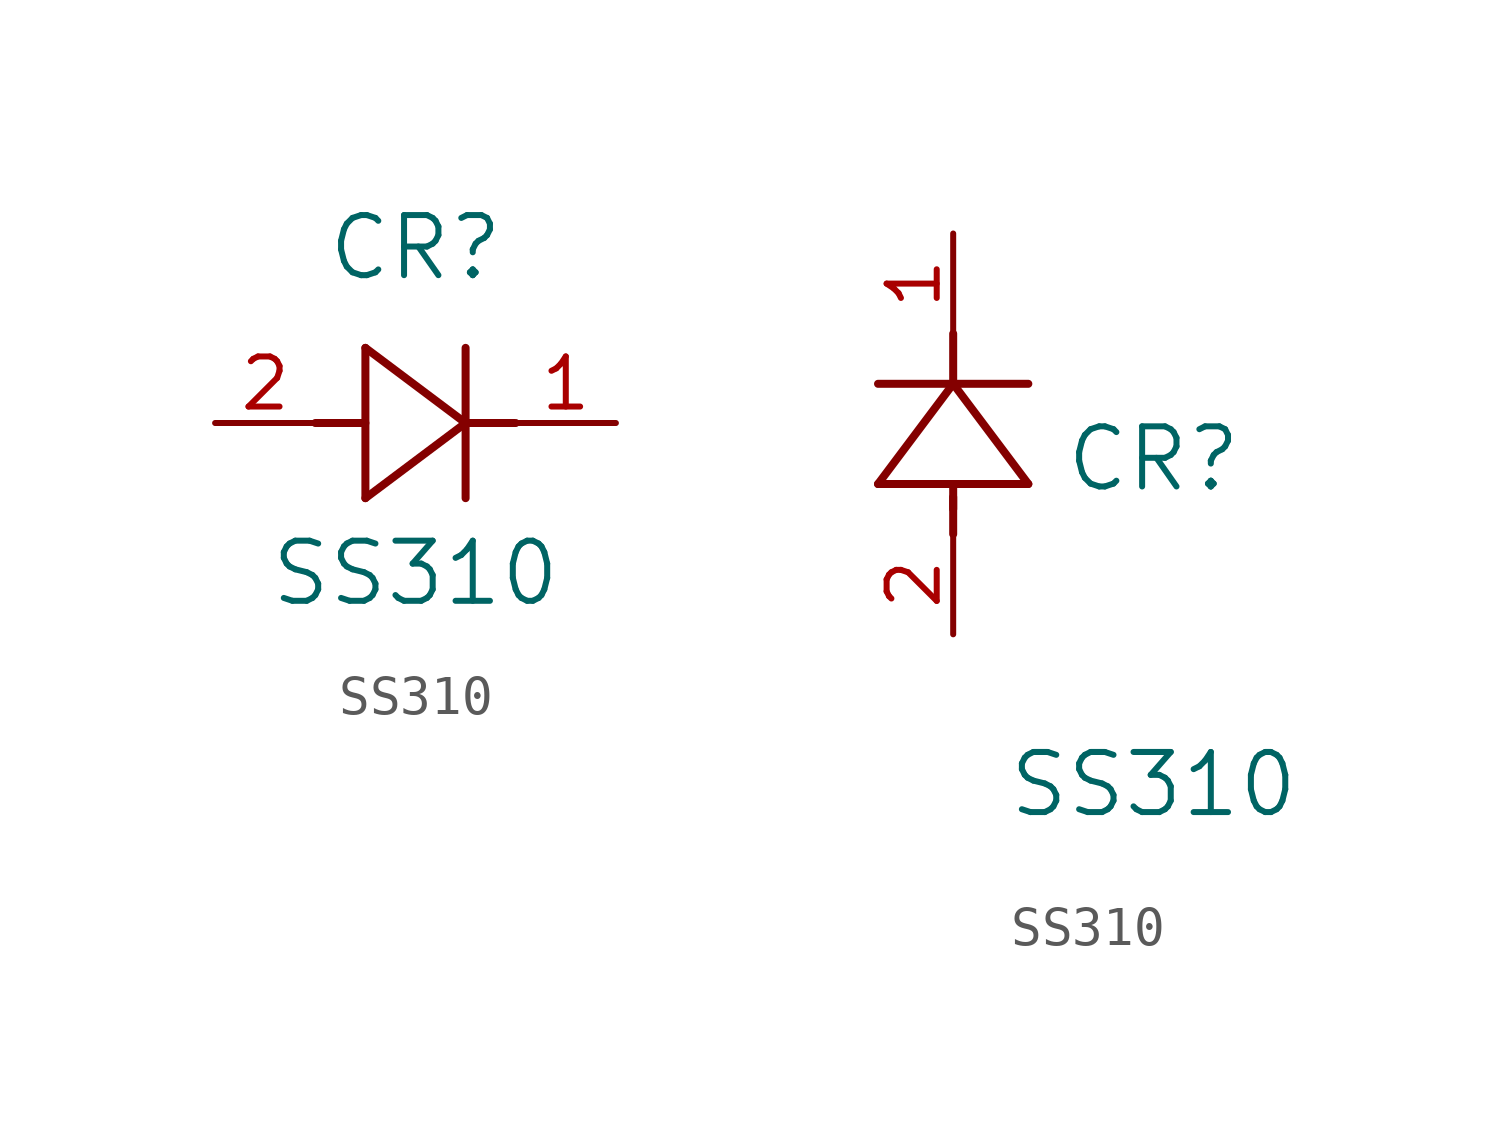
<source format=kicad_sym>
(kicad_symbol_lib
  (version 20211014)
  (generator kicad_symbol_editor)
  (symbol "SS310"
    (pin_names
      (offset 0.254))
    (property "Reference" "CR"
      (at 5.08 4.445 0)
      (effects (font (size 1.524 1.524))))
    (property "Value" "SS310"
      (at 5.08 -3.81 0)
      (effects (font (size 1.524 1.524))))
    (symbol "SS310_1_1"
      (polyline (pts (xy 2.54 0) (xy 3.48 0)) (stroke (width 0.203) (type default) (color 0 0 0 0)) (fill (type none)))
      (polyline (pts (xy 3.81 1.905) (xy 3.81 -1.905)) (stroke (width 0.203) (type default) (color 0 0 0 0)) (fill (type none)))
      (polyline (pts (xy 3.175 0) (xy 3.81 0)) (stroke (width 0.203) (type default) (color 0 0 0 0)) (fill (type none)))
      (polyline (pts (xy 6.35 -1.905) (xy 6.35 1.905)) (stroke (width 0.203) (type default) (color 0 0 0 0)) (fill (type none)))
      (polyline (pts (xy 6.35 0) (xy 7.62 0)) (stroke (width 0.203) (type default) (color 0 0 0 0)) (fill (type none)))
      (polyline (pts (xy 6.35 0) (xy 3.81 1.905)) (stroke (width 0.203) (type default) (color 0 0 0 0)) (fill (type none)))
      (polyline (pts (xy 3.81 -1.905) (xy 6.35 0)) (stroke (width 0.203) (type default) (color 0 0 0 0)) (fill (type none)))
      (pin unspecified line (at 0 0 0) (length 2.54) (name "" (effects (font (size 1.27 1.27)))) (number "2" (effects (font (size 1.27 1.27)))))
      (pin unspecified line (at 10.16 0 180) (length 2.54) (name "" (effects (font (size 1.27 1.27)))) (number "1" (effects (font (size 1.27 1.27))))))
    (symbol "SS310_1_2"
      (polyline (pts (xy 0 2.54) (xy 0 3.48)) (stroke (width 0.203) (type default) (color 0 0 0 0)) (fill (type none)))
      (polyline (pts (xy -1.905 3.81) (xy 1.905 3.81)) (stroke (width 0.203) (type default) (color 0 0 0 0)) (fill (type none)))
      (polyline (pts (xy 0 3.175) (xy 0 3.81)) (stroke (width 0.203) (type default) (color 0 0 0 0)) (fill (type none)))
      (polyline (pts (xy 1.905 6.35) (xy -1.905 6.35)) (stroke (width 0.203) (type default) (color 0 0 0 0)) (fill (type none)))
      (polyline (pts (xy 0 6.35) (xy 0 7.62)) (stroke (width 0.203) (type default) (color 0 0 0 0)) (fill (type none)))
      (polyline (pts (xy 0 6.35) (xy -1.905 3.81)) (stroke (width 0.203) (type default) (color 0 0 0 0)) (fill (type none)))
      (polyline (pts (xy 1.905 3.81) (xy 0 6.35)) (stroke (width 0.203) (type default) (color 0 0 0 0)) (fill (type none)))
      (pin unspecified line (at 0 0 90) (length 2.54) (name "" (effects (font (size 1.27 1.27)))) (number "2" (effects (font (size 1.27 1.27)))))
      (pin unspecified line (at 0 10.16 270) (length 2.54) (name "" (effects (font (size 1.27 1.27)))) (number "1" (effects (font (size 1.27 1.27))))))))
</source>
